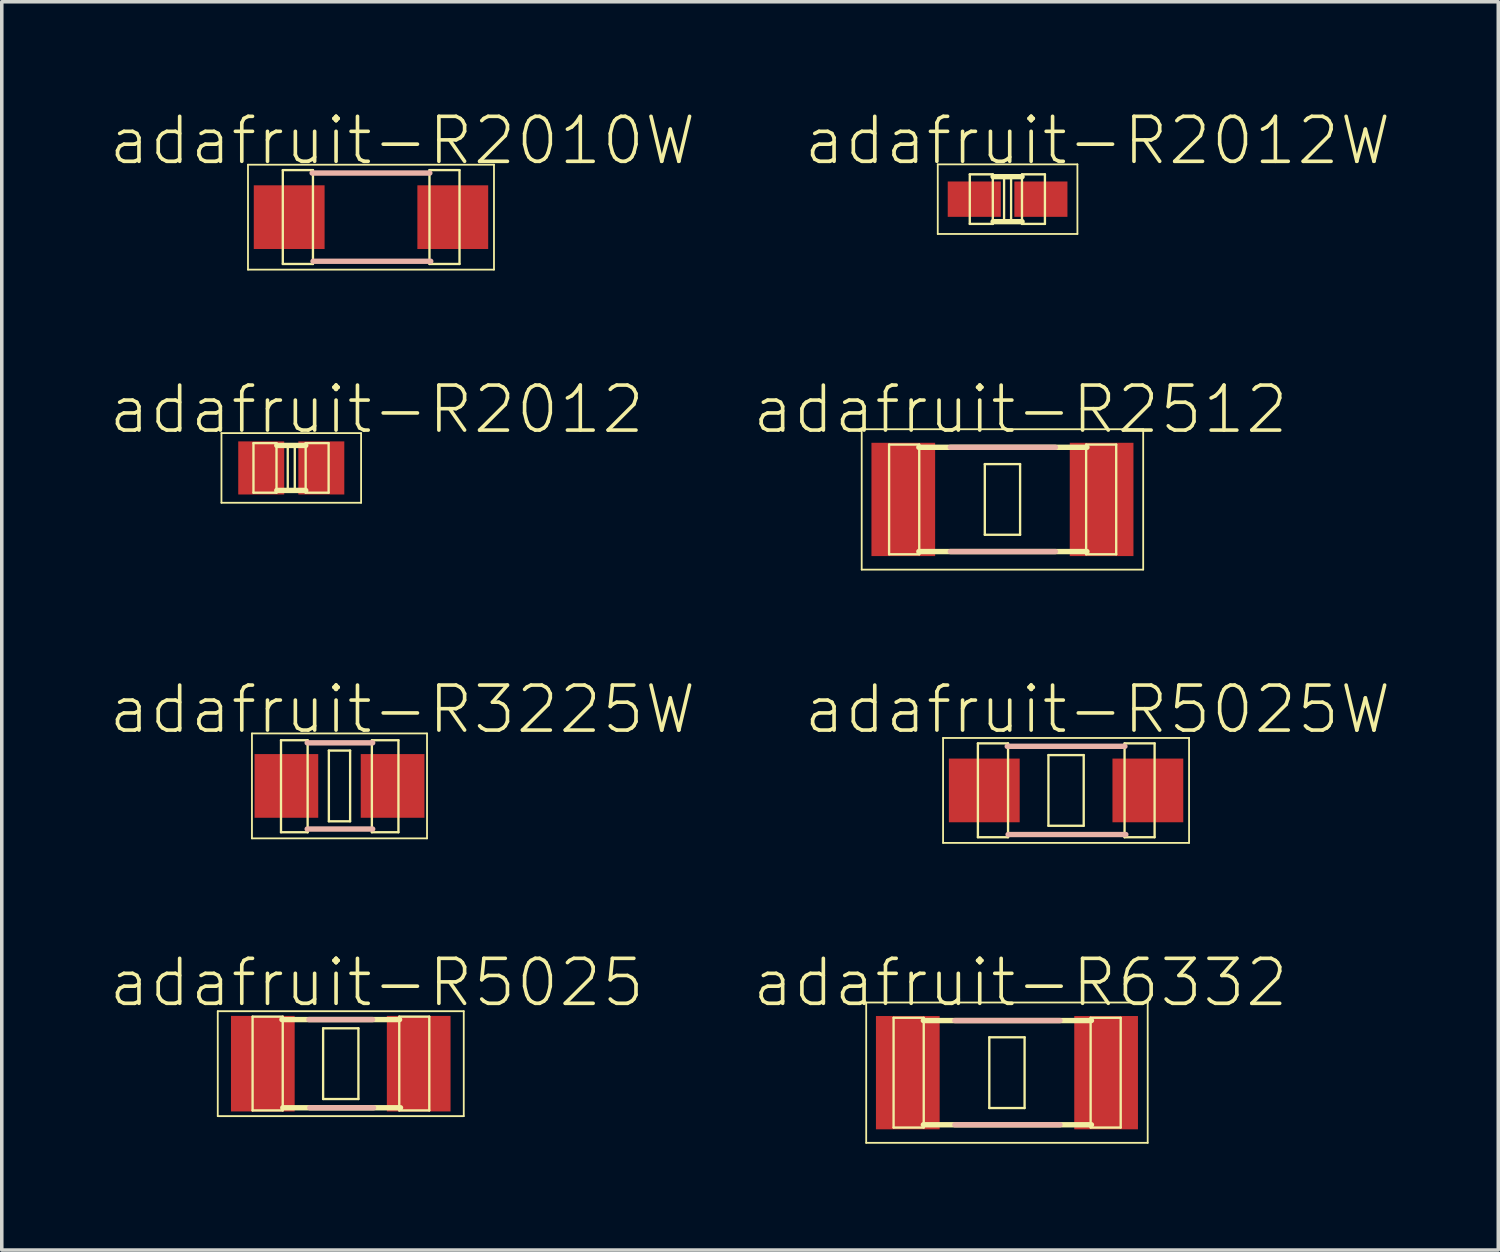
<source format=kicad_pcb>
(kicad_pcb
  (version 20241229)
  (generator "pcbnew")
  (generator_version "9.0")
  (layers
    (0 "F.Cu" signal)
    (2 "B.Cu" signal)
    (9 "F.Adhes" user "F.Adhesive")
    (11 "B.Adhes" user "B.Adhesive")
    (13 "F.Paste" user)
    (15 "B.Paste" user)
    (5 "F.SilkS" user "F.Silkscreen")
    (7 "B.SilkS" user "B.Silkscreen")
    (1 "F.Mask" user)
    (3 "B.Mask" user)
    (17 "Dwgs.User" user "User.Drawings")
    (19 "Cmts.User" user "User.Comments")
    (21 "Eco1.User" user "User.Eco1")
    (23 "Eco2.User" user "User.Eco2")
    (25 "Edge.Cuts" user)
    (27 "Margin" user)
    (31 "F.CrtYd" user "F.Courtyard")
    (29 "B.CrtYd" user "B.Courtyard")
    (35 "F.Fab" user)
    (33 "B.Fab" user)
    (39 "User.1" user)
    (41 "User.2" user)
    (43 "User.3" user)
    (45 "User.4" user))
  (footprint "adafruit-R3225W"
    (layer "F.Cu")
    (at 6.533 19.135)
    (property "Reference" "adafruit-R3225W" (at 1.778 -2.159 0) (layer "F.SilkS") (effects (font (size 1.27 1.27) (thickness 0.102))))
    (attr smd)
    (fp_line (start -2.471 -1.481) (end 2.471 -1.481) (stroke (width 0.051) (type solid)) (layer "F.SilkS"))
    (fp_line (start -2.471 1.481) (end -2.471 -1.481) (stroke (width 0.051) (type solid)) (layer "F.SilkS"))
    (fp_line (start -1.651 -1.29) (end -0.899 -1.29) (stroke (width 0.066) (type solid)) (layer "F.SilkS"))
    (fp_line (start -1.651 1.308) (end -1.651 -1.29) (stroke (width 0.066) (type solid)) (layer "F.SilkS"))
    (fp_line (start -1.651 1.308) (end -0.899 1.308) (stroke (width 0.066) (type solid)) (layer "F.SilkS"))
    (fp_line (start -0.899 1.308) (end -0.899 -1.29) (stroke (width 0.066) (type solid)) (layer "F.SilkS"))
    (fp_line (start -0.3 -0.998) (end 0.3 -0.998) (stroke (width 0.066) (type solid)) (layer "F.SilkS"))
    (fp_line (start -0.3 0.998) (end -0.3 -0.998) (stroke (width 0.066) (type solid)) (layer "F.SilkS"))
    (fp_line (start -0.3 0.998) (end 0.3 0.998) (stroke (width 0.066) (type solid)) (layer "F.SilkS"))
    (fp_line (start 0.3 0.998) (end 0.3 -0.998) (stroke (width 0.066) (type solid)) (layer "F.SilkS"))
    (fp_line (start 0.914 -1.29) (end 1.664 -1.29) (stroke (width 0.066) (type solid)) (layer "F.SilkS"))
    (fp_line (start 0.914 1.308) (end 0.914 -1.29) (stroke (width 0.066) (type solid)) (layer "F.SilkS"))
    (fp_line (start 0.914 1.308) (end 1.664 1.308) (stroke (width 0.066) (type solid)) (layer "F.SilkS"))
    (fp_line (start 1.664 1.308) (end 1.664 -1.29) (stroke (width 0.066) (type solid)) (layer "F.SilkS"))
    (fp_line (start 2.471 -1.481) (end 2.471 1.481) (stroke (width 0.051) (type solid)) (layer "F.SilkS"))
    (fp_line (start 2.471 1.481) (end -2.471 1.481) (stroke (width 0.051) (type solid)) (layer "F.SilkS"))
    (fp_line (start -0.912 -1.217) (end 0.937 -1.217) (stroke (width 0.152) (type solid)) (layer "B.SilkS"))
    (fp_line (start -0.912 1.217) (end 0.937 1.217) (stroke (width 0.152) (type solid)) (layer "B.SilkS"))
    (pad "1" smd rect (at -1.499 0) (size 1.798 1.798) (layers "F.Cu" "F.Mask" "F.Paste"))
    (pad "2" smd rect (at 1.499 0) (size 1.798 1.798) (layers "F.Cu" "F.Mask" "F.Paste")))
  (footprint "adafruit-R2012"
    (layer "F.Cu")
    (at 5.172 10.159)
    (property "Reference" "adafruit-R2012" (at 2.413 -1.651 0) (layer "F.SilkS") (effects (font (size 1.27 1.27) (thickness 0.102))))
    (attr smd)
    (fp_line (start -1.971 -0.983) (end 1.971 -0.983) (stroke (width 0.051) (type solid)) (layer "F.SilkS"))
    (fp_line (start -1.971 0.983) (end -1.971 -0.983) (stroke (width 0.051) (type solid)) (layer "F.SilkS"))
    (fp_line (start -1.067 -0.701) (end -0.417 -0.701) (stroke (width 0.066) (type solid)) (layer "F.SilkS"))
    (fp_line (start -1.067 0.699) (end -1.067 -0.701) (stroke (width 0.066) (type solid)) (layer "F.SilkS"))
    (fp_line (start -1.067 0.699) (end -0.417 0.699) (stroke (width 0.066) (type solid)) (layer "F.SilkS"))
    (fp_line (start -0.417 0.699) (end -0.417 -0.701) (stroke (width 0.066) (type solid)) (layer "F.SilkS"))
    (fp_line (start -0.409 -0.635) (end 0.409 -0.635) (stroke (width 0.152) (type solid)) (layer "F.SilkS"))
    (fp_line (start -0.409 0.635) (end 0.409 0.635) (stroke (width 0.152) (type solid)) (layer "F.SilkS"))
    (fp_line (start -0.099 -0.599) (end 0.099 -0.599) (stroke (width 0.066) (type solid)) (layer "F.SilkS"))
    (fp_line (start -0.099 0.599) (end -0.099 -0.599) (stroke (width 0.066) (type solid)) (layer "F.SilkS"))
    (fp_line (start -0.099 0.599) (end 0.099 0.599) (stroke (width 0.066) (type solid)) (layer "F.SilkS"))
    (fp_line (start 0.099 0.599) (end 0.099 -0.599) (stroke (width 0.066) (type solid)) (layer "F.SilkS"))
    (fp_line (start 0.406 -0.701) (end 1.054 -0.701) (stroke (width 0.066) (type solid)) (layer "F.SilkS"))
    (fp_line (start 0.406 0.699) (end 0.406 -0.701) (stroke (width 0.066) (type solid)) (layer "F.SilkS"))
    (fp_line (start 0.406 0.699) (end 1.054 0.699) (stroke (width 0.066) (type solid)) (layer "F.SilkS"))
    (fp_line (start 1.054 0.699) (end 1.054 -0.701) (stroke (width 0.066) (type solid)) (layer "F.SilkS"))
    (fp_line (start 1.971 -0.983) (end 1.971 0.983) (stroke (width 0.051) (type solid)) (layer "F.SilkS"))
    (fp_line (start 1.971 0.983) (end -1.971 0.983) (stroke (width 0.051) (type solid)) (layer "F.SilkS"))
    (pad "1" smd rect (at -0.848 0) (size 1.298 1.499) (layers "F.Cu" "F.Mask" "F.Paste"))
    (pad "2" smd rect (at 0.848 0) (size 1.298 1.499) (layers "F.Cu" "F.Mask" "F.Paste")))
  (footprint "adafruit-R2010W"
    (layer "F.Cu")
    (at 7.422 3.08)
    (property "Reference" "adafruit-R2010W" (at 0.889 -2.159 0) (layer "F.SilkS") (effects (font (size 1.27 1.27) (thickness 0.102))))
    (attr smd)
    (fp_line (start -3.472 -1.481) (end 3.472 -1.481) (stroke (width 0.051) (type solid)) (layer "F.SilkS"))
    (fp_line (start -3.472 1.481) (end -3.472 -1.481) (stroke (width 0.051) (type solid)) (layer "F.SilkS"))
    (fp_line (start -2.489 -1.328) (end -1.638 -1.328) (stroke (width 0.066) (type solid)) (layer "F.SilkS"))
    (fp_line (start -2.489 1.321) (end -2.489 -1.328) (stroke (width 0.066) (type solid)) (layer "F.SilkS"))
    (fp_line (start -2.489 1.321) (end -1.638 1.321) (stroke (width 0.066) (type solid)) (layer "F.SilkS"))
    (fp_line (start -1.638 1.321) (end -1.638 -1.328) (stroke (width 0.066) (type solid)) (layer "F.SilkS"))
    (fp_line (start 1.651 -1.328) (end 2.499 -1.328) (stroke (width 0.066) (type solid)) (layer "F.SilkS"))
    (fp_line (start 1.651 1.321) (end 1.651 -1.328) (stroke (width 0.066) (type solid)) (layer "F.SilkS"))
    (fp_line (start 1.651 1.321) (end 2.499 1.321) (stroke (width 0.066) (type solid)) (layer "F.SilkS"))
    (fp_line (start 2.499 1.321) (end 2.499 -1.328) (stroke (width 0.066) (type solid)) (layer "F.SilkS"))
    (fp_line (start 3.472 -1.481) (end 3.472 1.481) (stroke (width 0.051) (type solid)) (layer "F.SilkS"))
    (fp_line (start 3.472 1.481) (end -3.472 1.481) (stroke (width 0.051) (type solid)) (layer "F.SilkS"))
    (fp_line (start -1.661 -1.245) (end 1.661 -1.245) (stroke (width 0.152) (type solid)) (layer "B.SilkS"))
    (fp_line (start -1.636 1.245) (end 1.687 1.245) (stroke (width 0.152) (type solid)) (layer "B.SilkS"))
    (pad "1" smd rect (at -2.309 0) (size 1.999 1.798) (layers "F.Cu" "F.Mask" "F.Paste"))
    (pad "2" smd rect (at 2.309 0) (size 1.999 1.798) (layers "F.Cu" "F.Mask" "F.Paste")))
  (footprint "adafruit-R5025"
    (layer "F.Cu")
    (at 6.569 26.975)
    (property "Reference" "adafruit-R5025" (at 1.016 -2.286 0) (layer "F.SilkS") (effects (font (size 1.27 1.27) (thickness 0.102))))
    (attr smd)
    (fp_line (start -3.472 -1.481) (end 3.472 -1.481) (stroke (width 0.051) (type solid)) (layer "F.SilkS"))
    (fp_line (start -3.472 1.481) (end -3.472 -1.481) (stroke (width 0.051) (type solid)) (layer "F.SilkS"))
    (fp_line (start -2.489 -1.328) (end -1.638 -1.328) (stroke (width 0.066) (type solid)) (layer "F.SilkS"))
    (fp_line (start -2.489 1.321) (end -2.489 -1.328) (stroke (width 0.066) (type solid)) (layer "F.SilkS"))
    (fp_line (start -2.489 1.321) (end -1.638 1.321) (stroke (width 0.066) (type solid)) (layer "F.SilkS"))
    (fp_line (start -1.661 -1.245) (end 1.661 -1.245) (stroke (width 0.152) (type solid)) (layer "F.SilkS"))
    (fp_line (start -1.638 1.321) (end -1.638 -1.328) (stroke (width 0.066) (type solid)) (layer "F.SilkS"))
    (fp_line (start -1.636 1.245) (end 1.687 1.245) (stroke (width 0.152) (type solid)) (layer "F.SilkS"))
    (fp_line (start -0.498 -0.998) (end 0.498 -0.998) (stroke (width 0.066) (type solid)) (layer "F.SilkS"))
    (fp_line (start -0.498 0.998) (end -0.498 -0.998) (stroke (width 0.066) (type solid)) (layer "F.SilkS"))
    (fp_line (start -0.498 0.998) (end 0.498 0.998) (stroke (width 0.066) (type solid)) (layer "F.SilkS"))
    (fp_line (start 0.498 0.998) (end 0.498 -0.998) (stroke (width 0.066) (type solid)) (layer "F.SilkS"))
    (fp_line (start 1.651 -1.328) (end 2.499 -1.328) (stroke (width 0.066) (type solid)) (layer "F.SilkS"))
    (fp_line (start 1.651 1.321) (end 1.651 -1.328) (stroke (width 0.066) (type solid)) (layer "F.SilkS"))
    (fp_line (start 1.651 1.321) (end 2.499 1.321) (stroke (width 0.066) (type solid)) (layer "F.SilkS"))
    (fp_line (start 2.499 1.321) (end 2.499 -1.328) (stroke (width 0.066) (type solid)) (layer "F.SilkS"))
    (fp_line (start 3.472 -1.481) (end 3.472 1.481) (stroke (width 0.051) (type solid)) (layer "F.SilkS"))
    (fp_line (start 3.472 1.481) (end -3.472 1.481) (stroke (width 0.051) (type solid)) (layer "F.SilkS"))
    (fp_line (start -0.899 -1.245) (end 0.899 -1.245) (stroke (width 0.152) (type solid)) (layer "B.SilkS"))
    (fp_line (start -0.874 1.245) (end 0.925 1.245) (stroke (width 0.152) (type solid)) (layer "B.SilkS"))
    (pad "1" smd rect (at -2.2 0) (size 1.798 2.697) (layers "F.Cu" "F.Mask" "F.Paste"))
    (pad "2" smd rect (at 2.2 0) (size 1.798 2.697) (layers "F.Cu" "F.Mask" "F.Paste")))
  (footprint "adafruit-R2512"
    (layer "F.Cu")
    (at 25.247 11.048)
    (property "Reference" "adafruit-R2512" (at 0.508 -2.54 0) (layer "F.SilkS") (effects (font (size 1.27 1.27) (thickness 0.102))))
    (attr smd)
    (fp_line (start -3.973 -1.981) (end 3.973 -1.981) (stroke (width 0.051) (type solid)) (layer "F.SilkS"))
    (fp_line (start -3.973 1.981) (end -3.973 -1.981) (stroke (width 0.051) (type solid)) (layer "F.SilkS"))
    (fp_line (start -3.2 -1.549) (end -2.349 -1.549) (stroke (width 0.066) (type solid)) (layer "F.SilkS"))
    (fp_line (start -3.2 1.549) (end -3.2 -1.549) (stroke (width 0.066) (type solid)) (layer "F.SilkS"))
    (fp_line (start -3.2 1.549) (end -2.349 1.549) (stroke (width 0.066) (type solid)) (layer "F.SilkS"))
    (fp_line (start -2.36 -1.471) (end 2.385 -1.471) (stroke (width 0.152) (type solid)) (layer "F.SilkS"))
    (fp_line (start -2.36 1.471) (end 2.385 1.471) (stroke (width 0.152) (type solid)) (layer "F.SilkS"))
    (fp_line (start -2.349 1.549) (end -2.349 -1.549) (stroke (width 0.066) (type solid)) (layer "F.SilkS"))
    (fp_line (start -0.498 -0.998) (end 0.498 -0.998) (stroke (width 0.066) (type solid)) (layer "F.SilkS"))
    (fp_line (start -0.498 0.998) (end -0.498 -0.998) (stroke (width 0.066) (type solid)) (layer "F.SilkS"))
    (fp_line (start -0.498 0.998) (end 0.498 0.998) (stroke (width 0.066) (type solid)) (layer "F.SilkS"))
    (fp_line (start 0.498 0.998) (end 0.498 -0.998) (stroke (width 0.066) (type solid)) (layer "F.SilkS"))
    (fp_line (start 2.362 -1.549) (end 3.211 -1.549) (stroke (width 0.066) (type solid)) (layer "F.SilkS"))
    (fp_line (start 2.362 1.549) (end 2.362 -1.549) (stroke (width 0.066) (type solid)) (layer "F.SilkS"))
    (fp_line (start 2.362 1.549) (end 3.211 1.549) (stroke (width 0.066) (type solid)) (layer "F.SilkS"))
    (fp_line (start 3.211 1.549) (end 3.211 -1.549) (stroke (width 0.066) (type solid)) (layer "F.SilkS"))
    (fp_line (start 3.973 -1.981) (end 3.973 1.981) (stroke (width 0.051) (type solid)) (layer "F.SilkS"))
    (fp_line (start 3.973 1.981) (end -3.973 1.981) (stroke (width 0.051) (type solid)) (layer "F.SilkS"))
    (fp_line (start -1.471 -1.471) (end 1.496 -1.471) (stroke (width 0.152) (type solid)) (layer "B.SilkS"))
    (fp_line (start -1.471 1.471) (end 1.496 1.471) (stroke (width 0.152) (type solid)) (layer "B.SilkS"))
    (pad "1" smd rect (at -2.799 0) (size 1.798 3.198) (layers "F.Cu" "F.Mask" "F.Paste"))
    (pad "2" smd rect (at 2.799 0) (size 1.798 3.198) (layers "F.Cu" "F.Mask" "F.Paste")))
  (footprint "adafruit-R6332"
    (layer "F.Cu")
    (at 25.374 27.229)
    (property "Reference" "adafruit-R6332" (at 0.381 -2.54 0) (layer "F.SilkS") (effects (font (size 1.27 1.27) (thickness 0.102))))
    (attr smd)
    (fp_line (start -3.973 -1.981) (end 3.973 -1.981) (stroke (width 0.051) (type solid)) (layer "F.SilkS"))
    (fp_line (start -3.973 1.981) (end -3.973 -1.981) (stroke (width 0.051) (type solid)) (layer "F.SilkS"))
    (fp_line (start -3.2 -1.549) (end -2.349 -1.549) (stroke (width 0.066) (type solid)) (layer "F.SilkS"))
    (fp_line (start -3.2 1.549) (end -3.2 -1.549) (stroke (width 0.066) (type solid)) (layer "F.SilkS"))
    (fp_line (start -3.2 1.549) (end -2.349 1.549) (stroke (width 0.066) (type solid)) (layer "F.SilkS"))
    (fp_line (start -2.36 -1.471) (end 2.385 -1.471) (stroke (width 0.152) (type solid)) (layer "F.SilkS"))
    (fp_line (start -2.36 1.471) (end 2.385 1.471) (stroke (width 0.152) (type solid)) (layer "F.SilkS"))
    (fp_line (start -2.349 1.549) (end -2.349 -1.549) (stroke (width 0.066) (type solid)) (layer "F.SilkS"))
    (fp_line (start -0.498 -0.998) (end 0.498 -0.998) (stroke (width 0.066) (type solid)) (layer "F.SilkS"))
    (fp_line (start -0.498 0.998) (end -0.498 -0.998) (stroke (width 0.066) (type solid)) (layer "F.SilkS"))
    (fp_line (start -0.498 0.998) (end 0.498 0.998) (stroke (width 0.066) (type solid)) (layer "F.SilkS"))
    (fp_line (start 0.498 0.998) (end 0.498 -0.998) (stroke (width 0.066) (type solid)) (layer "F.SilkS"))
    (fp_line (start 2.362 -1.549) (end 3.211 -1.549) (stroke (width 0.066) (type solid)) (layer "F.SilkS"))
    (fp_line (start 2.362 1.549) (end 2.362 -1.549) (stroke (width 0.066) (type solid)) (layer "F.SilkS"))
    (fp_line (start 2.362 1.549) (end 3.211 1.549) (stroke (width 0.066) (type solid)) (layer "F.SilkS"))
    (fp_line (start 3.211 1.549) (end 3.211 -1.549) (stroke (width 0.066) (type solid)) (layer "F.SilkS"))
    (fp_line (start 3.973 -1.981) (end 3.973 1.981) (stroke (width 0.051) (type solid)) (layer "F.SilkS"))
    (fp_line (start 3.973 1.981) (end -3.973 1.981) (stroke (width 0.051) (type solid)) (layer "F.SilkS"))
    (fp_line (start -1.471 -1.471) (end 1.496 -1.471) (stroke (width 0.152) (type solid)) (layer "B.SilkS"))
    (fp_line (start -1.471 1.471) (end 1.496 1.471) (stroke (width 0.152) (type solid)) (layer "B.SilkS"))
    (pad "1" smd rect (at -2.799 0) (size 1.798 3.198) (layers "F.Cu" "F.Mask" "F.Paste"))
    (pad "2" smd rect (at 2.799 0) (size 1.798 3.198) (layers "F.Cu" "F.Mask" "F.Paste")))
  (footprint "adafruit-R5025W"
    (layer "F.Cu")
    (at 27.043 19.262)
    (property "Reference" "adafruit-R5025W" (at 0.889 -2.286 0) (layer "F.SilkS") (effects (font (size 1.27 1.27) (thickness 0.102))))
    (attr smd)
    (fp_line (start -3.472 -1.481) (end 3.472 -1.481) (stroke (width 0.051) (type solid)) (layer "F.SilkS"))
    (fp_line (start -3.472 1.481) (end -3.472 -1.481) (stroke (width 0.051) (type solid)) (layer "F.SilkS"))
    (fp_line (start -2.489 -1.328) (end -1.638 -1.328) (stroke (width 0.066) (type solid)) (layer "F.SilkS"))
    (fp_line (start -2.489 1.321) (end -2.489 -1.328) (stroke (width 0.066) (type solid)) (layer "F.SilkS"))
    (fp_line (start -2.489 1.321) (end -1.638 1.321) (stroke (width 0.066) (type solid)) (layer "F.SilkS"))
    (fp_line (start -1.638 1.321) (end -1.638 -1.328) (stroke (width 0.066) (type solid)) (layer "F.SilkS"))
    (fp_line (start -0.498 -0.998) (end 0.498 -0.998) (stroke (width 0.066) (type solid)) (layer "F.SilkS"))
    (fp_line (start -0.498 0.998) (end -0.498 -0.998) (stroke (width 0.066) (type solid)) (layer "F.SilkS"))
    (fp_line (start -0.498 0.998) (end 0.498 0.998) (stroke (width 0.066) (type solid)) (layer "F.SilkS"))
    (fp_line (start 0.498 0.998) (end 0.498 -0.998) (stroke (width 0.066) (type solid)) (layer "F.SilkS"))
    (fp_line (start 1.651 -1.328) (end 2.499 -1.328) (stroke (width 0.066) (type solid)) (layer "F.SilkS"))
    (fp_line (start 1.651 1.321) (end 1.651 -1.328) (stroke (width 0.066) (type solid)) (layer "F.SilkS"))
    (fp_line (start 1.651 1.321) (end 2.499 1.321) (stroke (width 0.066) (type solid)) (layer "F.SilkS"))
    (fp_line (start 2.499 1.321) (end 2.499 -1.328) (stroke (width 0.066) (type solid)) (layer "F.SilkS"))
    (fp_line (start 3.472 -1.481) (end 3.472 1.481) (stroke (width 0.051) (type solid)) (layer "F.SilkS"))
    (fp_line (start 3.472 1.481) (end -3.472 1.481) (stroke (width 0.051) (type solid)) (layer "F.SilkS"))
    (fp_line (start -1.661 -1.245) (end 1.661 -1.245) (stroke (width 0.152) (type solid)) (layer "B.SilkS"))
    (fp_line (start -1.636 1.245) (end 1.687 1.245) (stroke (width 0.152) (type solid)) (layer "B.SilkS"))
    (pad "1" smd rect (at -2.309 0) (size 1.999 1.798) (layers "F.Cu" "F.Mask" "F.Paste"))
    (pad "2" smd rect (at 2.309 0) (size 1.999 1.798) (layers "F.Cu" "F.Mask" "F.Paste")))
  (footprint "adafruit-R2012W"
    (layer "F.Cu")
    (at 25.392 2.572)
    (property "Reference" "adafruit-R2012W" (at 2.54 -1.651 0) (layer "F.SilkS") (effects (font (size 1.27 1.27) (thickness 0.102))))
    (attr smd)
    (fp_line (start -1.971 -0.983) (end 1.971 -0.983) (stroke (width 0.051) (type solid)) (layer "F.SilkS"))
    (fp_line (start -1.971 0.983) (end -1.971 -0.983) (stroke (width 0.051) (type solid)) (layer "F.SilkS"))
    (fp_line (start -1.067 -0.701) (end -0.417 -0.701) (stroke (width 0.066) (type solid)) (layer "F.SilkS"))
    (fp_line (start -1.067 0.699) (end -1.067 -0.701) (stroke (width 0.066) (type solid)) (layer "F.SilkS"))
    (fp_line (start -1.067 0.699) (end -0.417 0.699) (stroke (width 0.066) (type solid)) (layer "F.SilkS"))
    (fp_line (start -0.417 0.699) (end -0.417 -0.701) (stroke (width 0.066) (type solid)) (layer "F.SilkS"))
    (fp_line (start -0.409 -0.635) (end 0.409 -0.635) (stroke (width 0.152) (type solid)) (layer "F.SilkS"))
    (fp_line (start -0.409 0.635) (end 0.409 0.635) (stroke (width 0.152) (type solid)) (layer "F.SilkS"))
    (fp_line (start -0.099 -0.599) (end 0.099 -0.599) (stroke (width 0.066) (type solid)) (layer "F.SilkS"))
    (fp_line (start -0.099 0.599) (end -0.099 -0.599) (stroke (width 0.066) (type solid)) (layer "F.SilkS"))
    (fp_line (start -0.099 0.599) (end 0.099 0.599) (stroke (width 0.066) (type solid)) (layer "F.SilkS"))
    (fp_line (start 0.099 0.599) (end 0.099 -0.599) (stroke (width 0.066) (type solid)) (layer "F.SilkS"))
    (fp_line (start 0.406 -0.701) (end 1.054 -0.701) (stroke (width 0.066) (type solid)) (layer "F.SilkS"))
    (fp_line (start 0.406 0.699) (end 0.406 -0.701) (stroke (width 0.066) (type solid)) (layer "F.SilkS"))
    (fp_line (start 0.406 0.699) (end 1.054 0.699) (stroke (width 0.066) (type solid)) (layer "F.SilkS"))
    (fp_line (start 1.054 0.699) (end 1.054 -0.701) (stroke (width 0.066) (type solid)) (layer "F.SilkS"))
    (fp_line (start 1.971 -0.983) (end 1.971 0.983) (stroke (width 0.051) (type solid)) (layer "F.SilkS"))
    (fp_line (start 1.971 0.983) (end -1.971 0.983) (stroke (width 0.051) (type solid)) (layer "F.SilkS"))
    (pad "1" smd rect (at -0.94 0) (size 1.499 0.998) (layers "F.Cu" "F.Mask" "F.Paste"))
    (pad "2" smd rect (at 0.94 0) (size 1.499 0.998) (layers "F.Cu" "F.Mask" "F.Paste")))
  (gr_rect
    (start -3 -3)
    (end 39.243 32.236)
    (stroke (width 0.1) (type default))
    (fill no)
    (layer "Edge.Cuts")))
</source>
